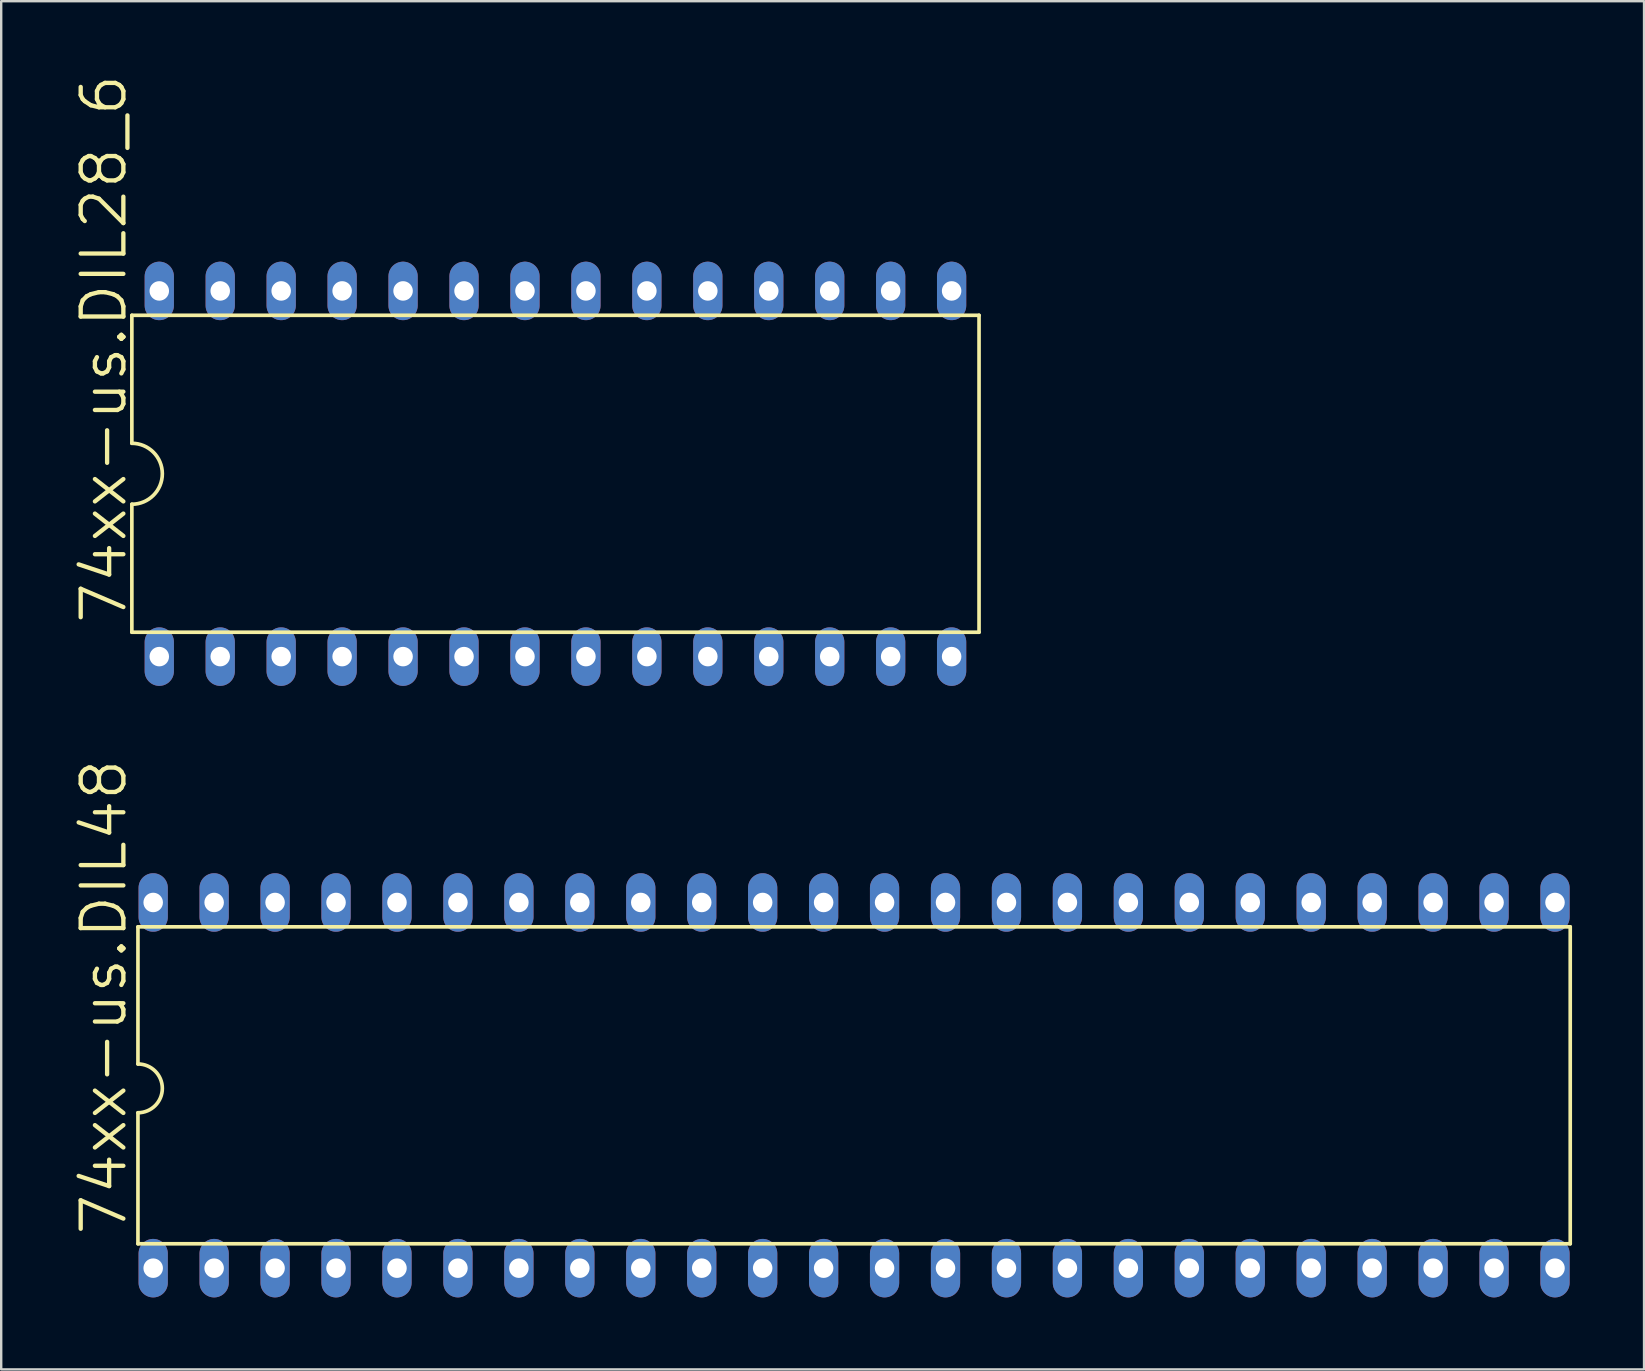
<source format=kicad_pcb>
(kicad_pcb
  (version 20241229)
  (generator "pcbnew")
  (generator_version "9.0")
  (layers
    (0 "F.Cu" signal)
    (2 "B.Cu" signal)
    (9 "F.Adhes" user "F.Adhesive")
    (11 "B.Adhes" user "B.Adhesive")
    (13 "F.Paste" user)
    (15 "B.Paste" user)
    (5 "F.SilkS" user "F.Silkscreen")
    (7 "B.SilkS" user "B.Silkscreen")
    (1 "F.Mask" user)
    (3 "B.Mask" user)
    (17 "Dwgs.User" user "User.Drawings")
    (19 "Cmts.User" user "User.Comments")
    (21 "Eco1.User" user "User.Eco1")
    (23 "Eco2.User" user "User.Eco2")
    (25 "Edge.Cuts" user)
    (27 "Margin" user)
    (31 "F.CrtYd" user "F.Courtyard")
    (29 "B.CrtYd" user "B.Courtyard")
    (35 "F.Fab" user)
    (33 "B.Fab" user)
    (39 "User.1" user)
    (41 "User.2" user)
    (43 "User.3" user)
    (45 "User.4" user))
  (footprint "74xx-us.DIL28_6"
    (layer "F.Cu")
    (at 20.098 16.694)
    (property "Reference" "74xx-us.DIL28_6" (at -17.78 6.35 90) (layer "F.SilkS") (effects (font (size 1.778 1.778) (thickness 0.18)) (justify left bottom)))
    (attr through_hole)
    (fp_line (start -17.653 -6.604) (end -17.653 -1.27) (stroke (width 0.152) (type default)) (layer "F.SilkS"))
    (fp_line (start -17.653 -6.604) (end 17.653 -6.604) (stroke (width 0.152) (type default)) (layer "F.SilkS"))
    (fp_line (start -17.653 1.27) (end -17.653 6.604) (stroke (width 0.152) (type default)) (layer "F.SilkS"))
    (fp_line (start -17.653 6.604) (end 17.653 6.604) (stroke (width 0.152) (type default)) (layer "F.SilkS"))
    (fp_line (start 17.653 6.604) (end 17.653 -6.604) (stroke (width 0.152) (type default)) (layer "F.SilkS"))
    (fp_arc (start -17.653 -1.27) (mid -16.383 0) (end -17.653 1.27) (stroke (width 0.1524) (type default)) (layer "F.SilkS"))
    (pad "1" thru_hole oval (at -16.51 7.62 90) (size 2.438 1.219) (drill 0.813) (layers "*.Cu" "*.Mask"))
    (pad "2" thru_hole oval (at -13.97 7.62 90) (size 2.438 1.219) (drill 0.813) (layers "*.Cu" "*.Mask"))
    (pad "3" thru_hole oval (at -11.43 7.62 90) (size 2.438 1.219) (drill 0.813) (layers "*.Cu" "*.Mask"))
    (pad "4" thru_hole oval (at -8.89 7.62 90) (size 2.438 1.219) (drill 0.813) (layers "*.Cu" "*.Mask"))
    (pad "5" thru_hole oval (at -6.35 7.62 90) (size 2.438 1.219) (drill 0.813) (layers "*.Cu" "*.Mask"))
    (pad "6" thru_hole oval (at -3.81 7.62 90) (size 2.438 1.219) (drill 0.813) (layers "*.Cu" "*.Mask"))
    (pad "7" thru_hole oval (at -1.27 7.62 90) (size 2.438 1.219) (drill 0.813) (layers "*.Cu" "*.Mask"))
    (pad "8" thru_hole oval (at 1.27 7.62 90) (size 2.438 1.219) (drill 0.813) (layers "*.Cu" "*.Mask"))
    (pad "9" thru_hole oval (at 3.81 7.62 90) (size 2.438 1.219) (drill 0.813) (layers "*.Cu" "*.Mask"))
    (pad "10" thru_hole oval (at 6.35 7.62 90) (size 2.438 1.219) (drill 0.813) (layers "*.Cu" "*.Mask"))
    (pad "11" thru_hole oval (at 8.89 7.62 90) (size 2.438 1.219) (drill 0.813) (layers "*.Cu" "*.Mask"))
    (pad "12" thru_hole oval (at 11.43 7.62 90) (size 2.438 1.219) (drill 0.813) (layers "*.Cu" "*.Mask"))
    (pad "13" thru_hole oval (at 13.97 7.62 90) (size 2.438 1.219) (drill 0.813) (layers "*.Cu" "*.Mask"))
    (pad "14" thru_hole oval (at 16.51 7.62 90) (size 2.438 1.219) (drill 0.813) (layers "*.Cu" "*.Mask"))
    (pad "15" thru_hole oval (at 16.51 -7.62 90) (size 2.438 1.219) (drill 0.813) (layers "*.Cu" "*.Mask"))
    (pad "16" thru_hole oval (at 13.97 -7.62 90) (size 2.438 1.219) (drill 0.813) (layers "*.Cu" "*.Mask"))
    (pad "17" thru_hole oval (at 11.43 -7.62 90) (size 2.438 1.219) (drill 0.813) (layers "*.Cu" "*.Mask"))
    (pad "18" thru_hole oval (at 8.89 -7.62 90) (size 2.438 1.219) (drill 0.813) (layers "*.Cu" "*.Mask"))
    (pad "19" thru_hole oval (at 6.35 -7.62 90) (size 2.438 1.219) (drill 0.813) (layers "*.Cu" "*.Mask"))
    (pad "20" thru_hole oval (at 3.81 -7.62 90) (size 2.438 1.219) (drill 0.813) (layers "*.Cu" "*.Mask"))
    (pad "21" thru_hole oval (at 1.27 -7.62 90) (size 2.438 1.219) (drill 0.813) (layers "*.Cu" "*.Mask"))
    (pad "22" thru_hole oval (at -1.27 -7.62 90) (size 2.438 1.219) (drill 0.813) (layers "*.Cu" "*.Mask"))
    (pad "23" thru_hole oval (at -3.81 -7.62 90) (size 2.438 1.219) (drill 0.813) (layers "*.Cu" "*.Mask"))
    (pad "24" thru_hole oval (at -6.35 -7.62 90) (size 2.438 1.219) (drill 0.813) (layers "*.Cu" "*.Mask"))
    (pad "25" thru_hole oval (at -8.89 -7.62 90) (size 2.438 1.219) (drill 0.813) (layers "*.Cu" "*.Mask"))
    (pad "26" thru_hole oval (at -11.43 -7.62 90) (size 2.438 1.219) (drill 0.813) (layers "*.Cu" "*.Mask"))
    (pad "27" thru_hole oval (at -13.97 -7.62 90) (size 2.438 1.219) (drill 0.813) (layers "*.Cu" "*.Mask"))
    (pad "28" thru_hole oval (at -16.51 -7.62 90) (size 2.438 1.219) (drill 0.813) (layers "*.Cu" "*.Mask")))
  (footprint "74xx-us.DIL48"
    (layer "F.Cu")
    (at 32.544 42.18)
    (property "Reference" "74xx-us.DIL48" (at -30.226 6.35 90) (layer "F.SilkS") (effects (font (size 1.778 1.778) (thickness 0.18)) (justify left bottom)))
    (attr through_hole)
    (fp_line (start -29.845 -6.604) (end -29.845 -0.889) (stroke (width 0.152) (type default)) (layer "F.SilkS"))
    (fp_line (start -29.845 6.604) (end -29.845 1.143) (stroke (width 0.152) (type default)) (layer "F.SilkS"))
    (fp_line (start -29.845 6.604) (end 29.845 6.604) (stroke (width 0.152) (type default)) (layer "F.SilkS"))
    (fp_line (start 29.845 -6.604) (end -29.845 -6.604) (stroke (width 0.152) (type default)) (layer "F.SilkS"))
    (fp_line (start 29.845 6.604) (end 29.845 -6.604) (stroke (width 0.152) (type default)) (layer "F.SilkS"))
    (fp_arc (start -29.845 -0.889) (mid -28.829 0.127) (end -29.845 1.143) (stroke (width 0.1524) (type default)) (layer "F.SilkS"))
    (pad "1" thru_hole oval (at -29.21 7.62 90) (size 2.438 1.219) (drill 0.813) (layers "*.Cu" "*.Mask"))
    (pad "2" thru_hole oval (at -26.67 7.62 90) (size 2.438 1.219) (drill 0.813) (layers "*.Cu" "*.Mask"))
    (pad "3" thru_hole oval (at -24.13 7.62 90) (size 2.438 1.219) (drill 0.813) (layers "*.Cu" "*.Mask"))
    (pad "4" thru_hole oval (at -21.59 7.62 90) (size 2.438 1.219) (drill 0.813) (layers "*.Cu" "*.Mask"))
    (pad "5" thru_hole oval (at -19.05 7.62 90) (size 2.438 1.219) (drill 0.813) (layers "*.Cu" "*.Mask"))
    (pad "6" thru_hole oval (at -16.51 7.62 90) (size 2.438 1.219) (drill 0.813) (layers "*.Cu" "*.Mask"))
    (pad "7" thru_hole oval (at -13.97 7.62 90) (size 2.438 1.219) (drill 0.813) (layers "*.Cu" "*.Mask"))
    (pad "8" thru_hole oval (at -11.43 7.62 90) (size 2.438 1.219) (drill 0.813) (layers "*.Cu" "*.Mask"))
    (pad "9" thru_hole oval (at -8.89 7.62 90) (size 2.438 1.219) (drill 0.813) (layers "*.Cu" "*.Mask"))
    (pad "10" thru_hole oval (at -6.35 7.62 90) (size 2.438 1.219) (drill 0.813) (layers "*.Cu" "*.Mask"))
    (pad "11" thru_hole oval (at -3.81 7.62 90) (size 2.438 1.219) (drill 0.813) (layers "*.Cu" "*.Mask"))
    (pad "12" thru_hole oval (at -1.27 7.62 90) (size 2.438 1.219) (drill 0.813) (layers "*.Cu" "*.Mask"))
    (pad "13" thru_hole oval (at 1.27 7.62 90) (size 2.438 1.219) (drill 0.813) (layers "*.Cu" "*.Mask"))
    (pad "14" thru_hole oval (at 3.81 7.62 90) (size 2.438 1.219) (drill 0.813) (layers "*.Cu" "*.Mask"))
    (pad "15" thru_hole oval (at 6.35 7.62 90) (size 2.438 1.219) (drill 0.813) (layers "*.Cu" "*.Mask"))
    (pad "16" thru_hole oval (at 8.89 7.62 90) (size 2.438 1.219) (drill 0.813) (layers "*.Cu" "*.Mask"))
    (pad "17" thru_hole oval (at 11.43 7.62 90) (size 2.438 1.219) (drill 0.813) (layers "*.Cu" "*.Mask"))
    (pad "18" thru_hole oval (at 13.97 7.62 90) (size 2.438 1.219) (drill 0.813) (layers "*.Cu" "*.Mask"))
    (pad "19" thru_hole oval (at 16.51 7.62 90) (size 2.438 1.219) (drill 0.813) (layers "*.Cu" "*.Mask"))
    (pad "20" thru_hole oval (at 19.05 7.62 90) (size 2.438 1.219) (drill 0.813) (layers "*.Cu" "*.Mask"))
    (pad "21" thru_hole oval (at 21.59 7.62 90) (size 2.438 1.219) (drill 0.813) (layers "*.Cu" "*.Mask"))
    (pad "22" thru_hole oval (at 24.13 7.62 90) (size 2.438 1.219) (drill 0.813) (layers "*.Cu" "*.Mask"))
    (pad "23" thru_hole oval (at 26.67 7.62 90) (size 2.438 1.219) (drill 0.813) (layers "*.Cu" "*.Mask"))
    (pad "24" thru_hole oval (at 29.21 7.62 90) (size 2.438 1.219) (drill 0.813) (layers "*.Cu" "*.Mask"))
    (pad "25" thru_hole oval (at 29.21 -7.62 90) (size 2.438 1.219) (drill 0.813) (layers "*.Cu" "*.Mask"))
    (pad "26" thru_hole oval (at 26.67 -7.62 90) (size 2.438 1.219) (drill 0.813) (layers "*.Cu" "*.Mask"))
    (pad "27" thru_hole oval (at 24.13 -7.62 90) (size 2.438 1.219) (drill 0.813) (layers "*.Cu" "*.Mask"))
    (pad "28" thru_hole oval (at 21.59 -7.62 90) (size 2.438 1.219) (drill 0.813) (layers "*.Cu" "*.Mask"))
    (pad "29" thru_hole oval (at 19.05 -7.62 90) (size 2.438 1.219) (drill 0.813) (layers "*.Cu" "*.Mask"))
    (pad "30" thru_hole oval (at 16.51 -7.62 90) (size 2.438 1.219) (drill 0.813) (layers "*.Cu" "*.Mask"))
    (pad "31" thru_hole oval (at 13.97 -7.62 90) (size 2.438 1.219) (drill 0.813) (layers "*.Cu" "*.Mask"))
    (pad "32" thru_hole oval (at 11.43 -7.62 90) (size 2.438 1.219) (drill 0.813) (layers "*.Cu" "*.Mask"))
    (pad "33" thru_hole oval (at 8.89 -7.62 90) (size 2.438 1.219) (drill 0.813) (layers "*.Cu" "*.Mask"))
    (pad "34" thru_hole oval (at 6.35 -7.62 90) (size 2.438 1.219) (drill 0.813) (layers "*.Cu" "*.Mask"))
    (pad "35" thru_hole oval (at 3.81 -7.62 90) (size 2.438 1.219) (drill 0.813) (layers "*.Cu" "*.Mask"))
    (pad "36" thru_hole oval (at 1.27 -7.62 90) (size 2.438 1.219) (drill 0.813) (layers "*.Cu" "*.Mask"))
    (pad "37" thru_hole oval (at -1.27 -7.62 90) (size 2.438 1.219) (drill 0.813) (layers "*.Cu" "*.Mask"))
    (pad "38" thru_hole oval (at -3.81 -7.62 90) (size 2.438 1.219) (drill 0.813) (layers "*.Cu" "*.Mask"))
    (pad "39" thru_hole oval (at -6.35 -7.62 90) (size 2.438 1.219) (drill 0.813) (layers "*.Cu" "*.Mask"))
    (pad "40" thru_hole oval (at -8.89 -7.62 90) (size 2.438 1.219) (drill 0.813) (layers "*.Cu" "*.Mask"))
    (pad "41" thru_hole oval (at -11.43 -7.62 90) (size 2.438 1.219) (drill 0.813) (layers "*.Cu" "*.Mask"))
    (pad "42" thru_hole oval (at -13.97 -7.62 90) (size 2.438 1.219) (drill 0.813) (layers "*.Cu" "*.Mask"))
    (pad "43" thru_hole oval (at -16.51 -7.62 90) (size 2.438 1.219) (drill 0.813) (layers "*.Cu" "*.Mask"))
    (pad "44" thru_hole oval (at -19.05 -7.62 90) (size 2.438 1.219) (drill 0.813) (layers "*.Cu" "*.Mask"))
    (pad "45" thru_hole oval (at -21.59 -7.62 90) (size 2.438 1.219) (drill 0.813) (layers "*.Cu" "*.Mask"))
    (pad "46" thru_hole oval (at -24.13 -7.62 90) (size 2.438 1.219) (drill 0.813) (layers "*.Cu" "*.Mask"))
    (pad "47" thru_hole oval (at -26.67 -7.62 90) (size 2.438 1.219) (drill 0.813) (layers "*.Cu" "*.Mask"))
    (pad "48" thru_hole oval (at -29.21 -7.62 90) (size 2.438 1.219) (drill 0.813) (layers "*.Cu" "*.Mask")))
  (gr_rect
    (start -3 -3)
    (end 65.465 54.019)
    (stroke (width 0.1) (type default))
    (fill no)
    (layer "Edge.Cuts")))
</source>
